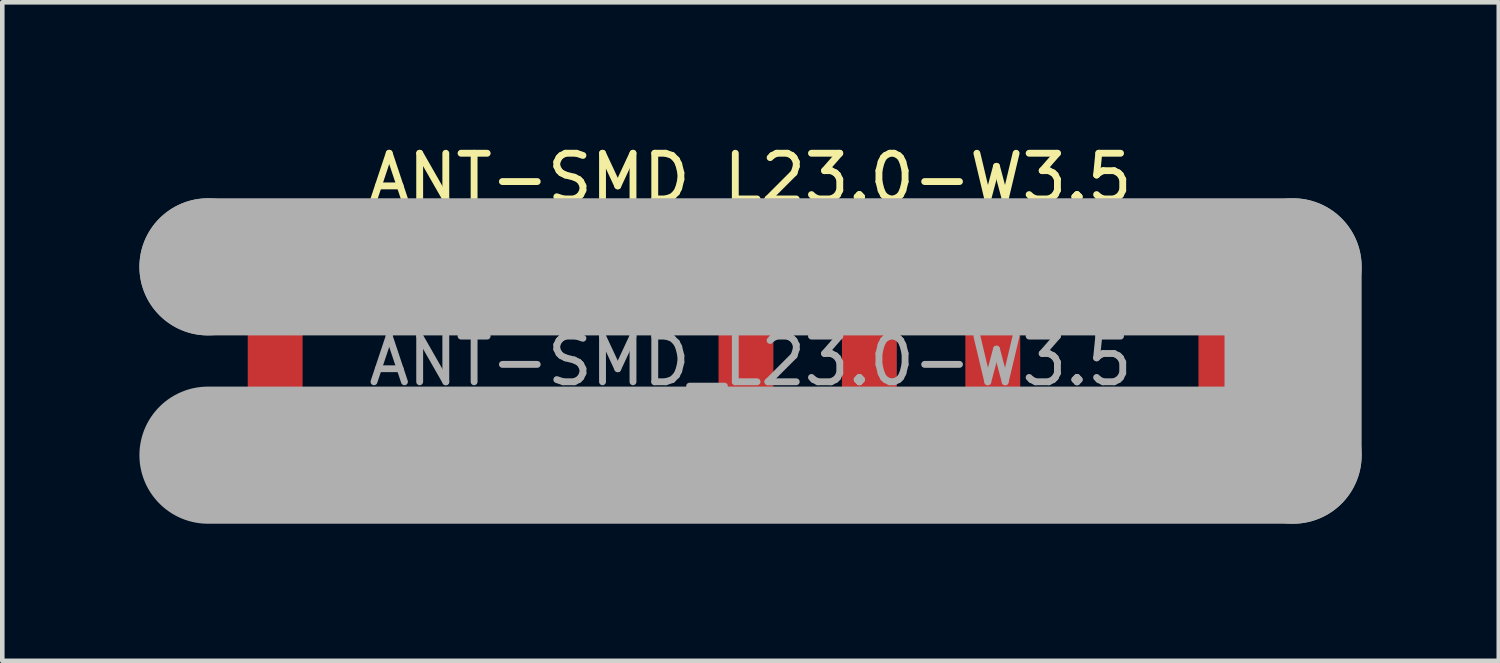
<source format=kicad_pcb>
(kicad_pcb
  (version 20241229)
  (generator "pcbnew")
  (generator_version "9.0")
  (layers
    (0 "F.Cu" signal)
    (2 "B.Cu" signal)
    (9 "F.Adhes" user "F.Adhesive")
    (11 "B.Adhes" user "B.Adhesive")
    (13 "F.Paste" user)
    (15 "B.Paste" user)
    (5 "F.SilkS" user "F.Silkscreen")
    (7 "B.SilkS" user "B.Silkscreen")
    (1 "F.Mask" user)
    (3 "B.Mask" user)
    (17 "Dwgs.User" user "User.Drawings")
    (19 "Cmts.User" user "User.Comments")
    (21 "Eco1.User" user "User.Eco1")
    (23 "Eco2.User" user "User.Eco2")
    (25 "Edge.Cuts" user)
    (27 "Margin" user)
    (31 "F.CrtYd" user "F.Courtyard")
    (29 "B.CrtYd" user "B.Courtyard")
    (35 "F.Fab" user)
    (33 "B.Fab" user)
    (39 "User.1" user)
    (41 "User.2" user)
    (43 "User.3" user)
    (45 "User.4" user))
  (footprint "ANT-SMD_L23.0-W3.5"
    (layer "F.Cu")
    (at 13.37 4.848)
    (property "Reference" "ANT-SMD_L23.0-W3.5" (at 0 -4 0) (layer "F.SilkS") (effects (font (size 1 1) (thickness 0.15))))
    (attr smd)
    (fp_line (start -11.87 -2.06) (end -11.87 -2.06) (stroke (width 3) (type solid)) (layer "F.Fab"))
    (fp_line (start -11.87 -2.06) (end 11.87 -2.06) (stroke (width 3) (type solid)) (layer "F.Fab"))
    (fp_line (start 11.87 -2.06) (end 11.87 2.06) (stroke (width 3) (type solid)) (layer "F.Fab"))
    (fp_line (start 11.87 2.06) (end -11.87 2.06) (stroke (width 3) (type solid)) (layer "F.Fab"))
    (fp_circle (center -11.56 1.79) (end -11.53 1.79) (stroke (width 0.06) (type solid)) (fill no) (layer "F.Fab"))
    (fp_text user "CrossAir" (at -9.27 1.4 0) (layer "F.SilkS") (effects (font (size 1.27 1.27) (thickness 0.15)) (justify left)))
    (fp_text user "${REFERENCE}" (at 0 0 0) (layer "F.Fab") (effects (font (size 1 1) (thickness 0.15))))
    (pad "1" smd rect (at -0.1 0 90) (size 3.5 1.2) (layers "F.Cu" "F.Mask" "F.Paste"))
    (pad "2" smd rect (at 2.6 0 90) (size 3.5 1.2) (layers "F.Cu" "F.Mask" "F.Paste"))
    (pad "3" smd rect (at 5.3 0 90) (size 3.5 1.2) (layers "F.Cu" "F.Mask" "F.Paste"))
    (pad "4" smd rect (at -10.4 0 90) (size 3.5 1.2) (layers "F.Cu" "F.Mask" "F.Paste"))
    (pad "5" smd rect (at 10.4 0 90) (size 3.5 1.2) (layers "F.Cu" "F.Mask" "F.Paste")))
  (gr_rect
    (start -3 -3)
    (end 29.74 11.408)
    (stroke (width 0.1) (type default))
    (fill no)
    (layer "Edge.Cuts")))
</source>
